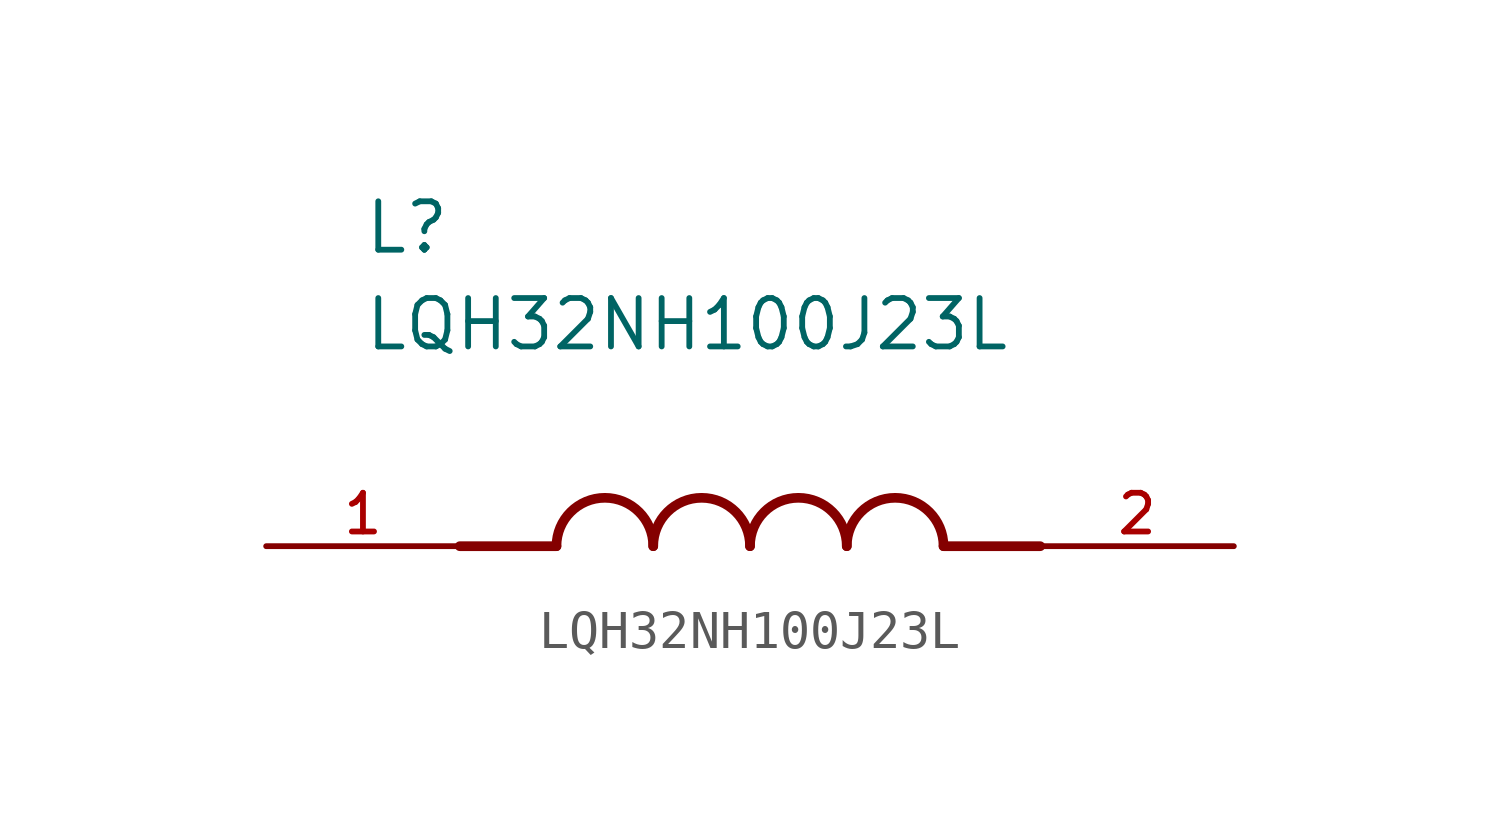
<source format=kicad_sym>
(kicad_symbol_lib
  (version 20211014)
  (generator kicad_symbol_editor)
  (symbol "LQH32NH100J23L"
    (pin_names
      (offset 1.016))
    (property "Reference" "L"
      (at -10.16 7.62 0)
      (effects (font (size 1.27 1.27)) (justify bottom left)))
    (property "Value" "LQH32NH100J23L"
      (at -10.16 5.08 0)
      (effects (font (size 1.27 1.27)) (justify bottom left)))
    (symbol "LQH32NH100J23L_0_0"
      (polyline (pts (xy -5.08 0.0) (xy -7.62 0.0)) (stroke (width 0.254)))
      (polyline (pts (xy 5.08 0.0) (xy 7.62 0.0)) (stroke (width 0.254)))
      (arc (start -2.54 0.0) (mid -3.81 1.27) (end -5.08 0.0) (stroke (width 0.254) (type default) (color 0 0 0 0)) (fill (type none)))
      (arc (start 0.0 0.0) (mid -1.27 1.27) (end -2.54 0.0) (stroke (width 0.254) (type default) (color 0 0 0 0)) (fill (type none)))
      (arc (start 2.54 0.0) (mid 1.27 1.27) (end 0.0 0.0) (stroke (width 0.254) (type default) (color 0 0 0 0)) (fill (type none)))
      (arc (start 5.08 0.0) (mid 3.81 1.27) (end 2.54 0.0) (stroke (width 0.254) (type default) (color 0 0 0 0)) (fill (type none)))
      (pin passive line (at -12.7 0.0 0) (length 5.08) (name "~" (effects (font (size 1.016 1.016)))) (number "1" (effects (font (size 1.016 1.016)))))
      (pin passive line (at 12.7 0.0 180.0) (length 5.08) (name "~" (effects (font (size 1.016 1.016)))) (number "2" (effects (font (size 1.016 1.016))))))))
</source>
